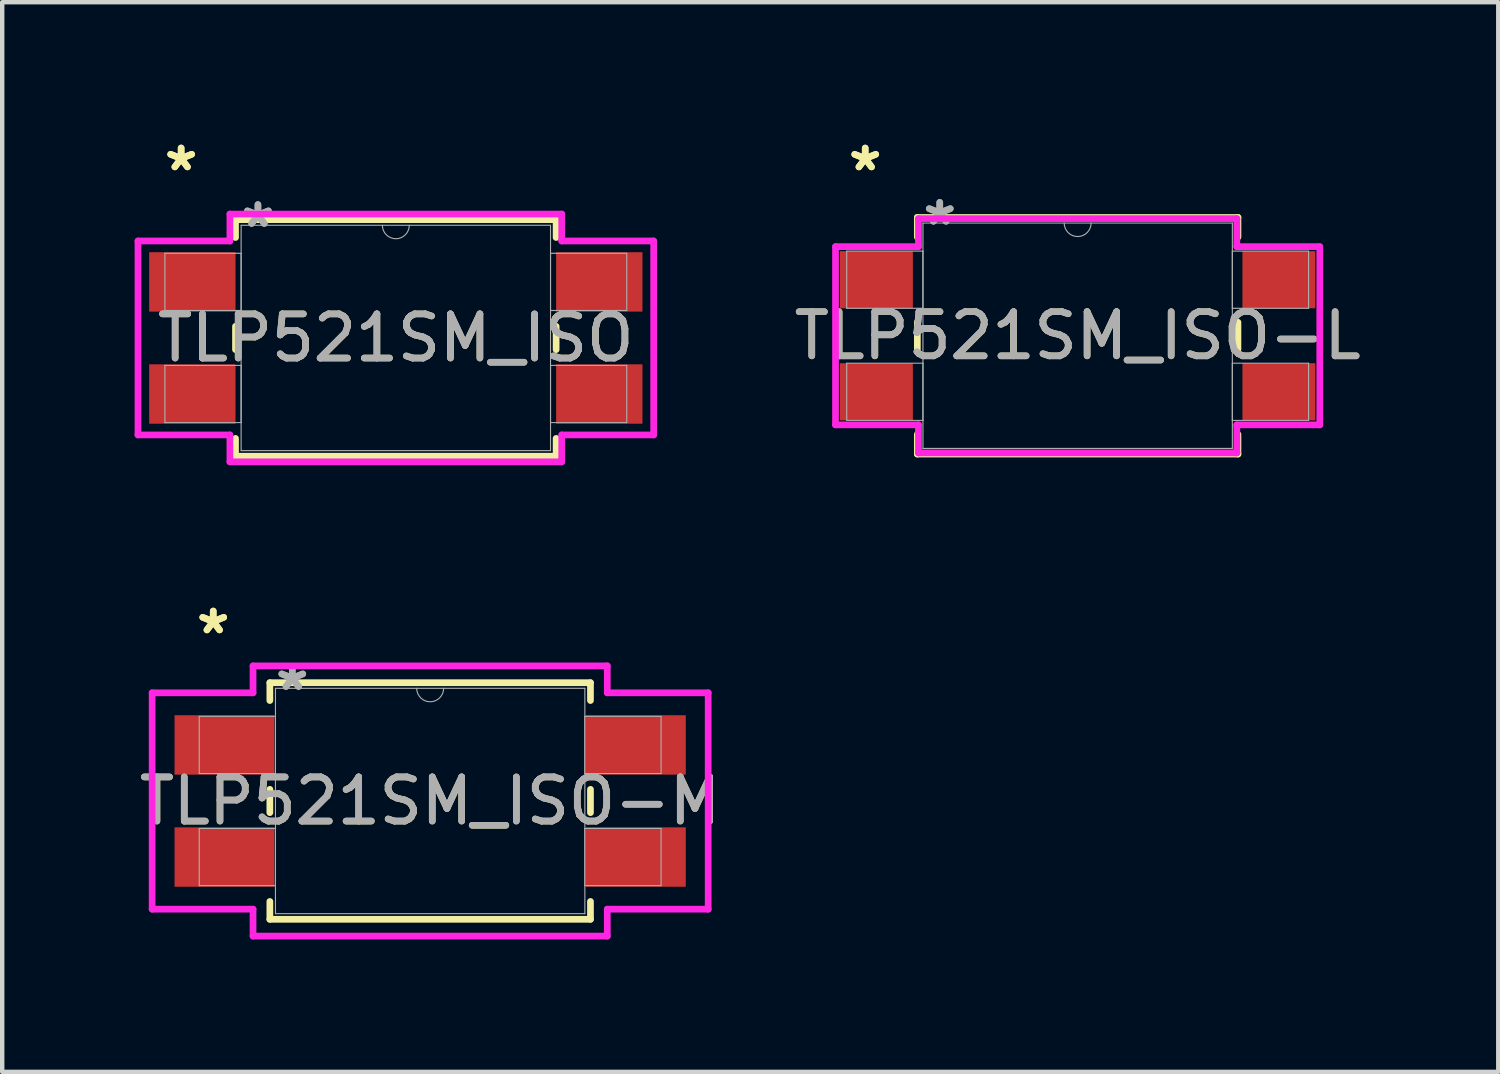
<source format=kicad_pcb>
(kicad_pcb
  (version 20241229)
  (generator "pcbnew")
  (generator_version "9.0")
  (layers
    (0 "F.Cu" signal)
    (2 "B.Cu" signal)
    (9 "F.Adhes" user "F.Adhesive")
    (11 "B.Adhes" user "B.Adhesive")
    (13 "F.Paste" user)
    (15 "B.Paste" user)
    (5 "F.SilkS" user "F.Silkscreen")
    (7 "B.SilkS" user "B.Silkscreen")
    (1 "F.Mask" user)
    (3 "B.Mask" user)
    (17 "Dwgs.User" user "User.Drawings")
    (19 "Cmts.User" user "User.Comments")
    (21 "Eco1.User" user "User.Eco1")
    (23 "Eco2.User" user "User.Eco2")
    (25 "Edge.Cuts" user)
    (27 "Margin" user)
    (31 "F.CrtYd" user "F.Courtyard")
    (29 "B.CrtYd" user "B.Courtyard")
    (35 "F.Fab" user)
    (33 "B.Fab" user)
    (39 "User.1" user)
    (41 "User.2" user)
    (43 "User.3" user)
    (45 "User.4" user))
  (footprint "TLP521SM_ISO-L"
    (layer "F.Cu")
    (at 21.366 4.557)
    (property "Reference" "TLP521SM_ISO-L" (at 0 0 0) (unlocked yes) (layer "F.SilkS") (effects (font (size 1 1) (thickness 0.15))))
    (attr smd)
    (fp_line (start -3.632 -2.68) (end -3.632 -2.235) (stroke (width 0.152) (type solid)) (layer "F.SilkS"))
    (fp_line (start -3.632 -0.305) (end -3.632 0.305) (stroke (width 0.152) (type solid)) (layer "F.SilkS"))
    (fp_line (start -3.632 2.235) (end -3.632 2.68) (stroke (width 0.152) (type solid)) (layer "F.SilkS"))
    (fp_line (start -3.632 2.68) (end 3.632 2.68) (stroke (width 0.152) (type solid)) (layer "F.SilkS"))
    (fp_line (start 3.632 -2.68) (end -3.632 -2.68) (stroke (width 0.152) (type solid)) (layer "F.SilkS"))
    (fp_line (start 3.632 -2.235) (end 3.632 -2.68) (stroke (width 0.152) (type solid)) (layer "F.SilkS"))
    (fp_line (start 3.632 0.305) (end 3.632 -0.305) (stroke (width 0.152) (type solid)) (layer "F.SilkS"))
    (fp_line (start 3.632 2.68) (end 3.632 2.235) (stroke (width 0.152) (type solid)) (layer "F.SilkS"))
    (fp_line (start -5.486 -2.019) (end -3.607 -2.019) (stroke (width 0.152) (type solid)) (layer "F.CrtYd"))
    (fp_line (start -5.486 2.019) (end -5.486 -2.019) (stroke (width 0.152) (type solid)) (layer "F.CrtYd"))
    (fp_line (start -5.486 2.019) (end -3.607 2.019) (stroke (width 0.152) (type solid)) (layer "F.CrtYd"))
    (fp_line (start -3.607 -2.654) (end 3.607 -2.654) (stroke (width 0.152) (type solid)) (layer "F.CrtYd"))
    (fp_line (start -3.607 -2.019) (end -3.607 -2.654) (stroke (width 0.152) (type solid)) (layer "F.CrtYd"))
    (fp_line (start -3.607 2.654) (end -3.607 2.019) (stroke (width 0.152) (type solid)) (layer "F.CrtYd"))
    (fp_line (start 3.607 -2.654) (end 3.607 -2.019) (stroke (width 0.152) (type solid)) (layer "F.CrtYd"))
    (fp_line (start 3.607 2.019) (end 3.607 2.654) (stroke (width 0.152) (type solid)) (layer "F.CrtYd"))
    (fp_line (start 3.607 2.654) (end -3.607 2.654) (stroke (width 0.152) (type solid)) (layer "F.CrtYd"))
    (fp_line (start 5.486 -2.019) (end 3.607 -2.019) (stroke (width 0.152) (type solid)) (layer "F.CrtYd"))
    (fp_line (start 5.486 -2.019) (end 5.486 2.019) (stroke (width 0.152) (type solid)) (layer "F.CrtYd"))
    (fp_line (start 5.486 2.019) (end 3.607 2.019) (stroke (width 0.152) (type solid)) (layer "F.CrtYd"))
    (fp_line (start -5.232 -1.918) (end -5.232 -0.622) (stroke (width 0.025) (type solid)) (layer "F.Fab"))
    (fp_line (start -5.232 -0.622) (end -3.505 -0.622) (stroke (width 0.025) (type solid)) (layer "F.Fab"))
    (fp_line (start -5.232 0.622) (end -5.232 1.918) (stroke (width 0.025) (type solid)) (layer "F.Fab"))
    (fp_line (start -5.232 1.918) (end -3.505 1.918) (stroke (width 0.025) (type solid)) (layer "F.Fab"))
    (fp_line (start -3.505 -2.553) (end -3.505 2.553) (stroke (width 0.025) (type solid)) (layer "F.Fab"))
    (fp_line (start -3.505 -1.918) (end -5.232 -1.918) (stroke (width 0.025) (type solid)) (layer "F.Fab"))
    (fp_line (start -3.505 -0.622) (end -3.505 -1.918) (stroke (width 0.025) (type solid)) (layer "F.Fab"))
    (fp_line (start -3.505 0.622) (end -5.232 0.622) (stroke (width 0.025) (type solid)) (layer "F.Fab"))
    (fp_line (start -3.505 1.918) (end -3.505 0.622) (stroke (width 0.025) (type solid)) (layer "F.Fab"))
    (fp_line (start -3.505 2.553) (end 3.505 2.553) (stroke (width 0.025) (type solid)) (layer "F.Fab"))
    (fp_line (start 3.505 -2.553) (end -3.505 -2.553) (stroke (width 0.025) (type solid)) (layer "F.Fab"))
    (fp_line (start 3.505 -1.918) (end 3.505 -0.622) (stroke (width 0.025) (type solid)) (layer "F.Fab"))
    (fp_line (start 3.505 -0.622) (end 5.232 -0.622) (stroke (width 0.025) (type solid)) (layer "F.Fab"))
    (fp_line (start 3.505 0.622) (end 3.505 1.918) (stroke (width 0.025) (type solid)) (layer "F.Fab"))
    (fp_line (start 3.505 1.918) (end 5.232 1.918) (stroke (width 0.025) (type solid)) (layer "F.Fab"))
    (fp_line (start 3.505 2.553) (end 3.505 -2.553) (stroke (width 0.025) (type solid)) (layer "F.Fab"))
    (fp_line (start 5.232 -1.918) (end 3.505 -1.918) (stroke (width 0.025) (type solid)) (layer "F.Fab"))
    (fp_line (start 5.232 -0.622) (end 5.232 -1.918) (stroke (width 0.025) (type solid)) (layer "F.Fab"))
    (fp_line (start 5.232 0.622) (end 3.505 0.622) (stroke (width 0.025) (type solid)) (layer "F.Fab"))
    (fp_line (start 5.232 1.918) (end 5.232 0.622) (stroke (width 0.025) (type solid)) (layer "F.Fab"))
    (fp_arc (start 0.3048 -2.5527) (mid 0 -2.2479) (end -0.3048 -2.5527) (stroke (width 0.0254) (type solid)) (layer "F.Fab"))
    (fp_text user "*" (at -4.813 -3.708 0) (unlocked yes) (layer "F.SilkS") (effects (font (size 1 1) (thickness 0.15))))
    (fp_text user "*" (at -4.813 -3.708 0) (layer "F.SilkS") (effects (font (size 1 1) (thickness 0.15))))
    (fp_text user "${REFERENCE}" (at 0 0 0) (unlocked yes) (layer "F.Fab") (effects (font (size 1 1) (thickness 0.15))))
    (fp_text user "*" (at -3.124 -2.477 0) (unlocked yes) (layer "F.Fab") (effects (font (size 1 1) (thickness 0.15))))
    (fp_text user "*" (at -3.124 -2.477 0) (layer "F.Fab") (effects (font (size 1 1) (thickness 0.15))))
    (pad "1" smd rect (at -4.559 -1.27) (size 1.651 1.295) (layers "F.Cu" "F.Mask" "F.Paste"))
    (pad "2" smd rect (at -4.559 1.27) (size 1.651 1.295) (layers "F.Cu" "F.Mask" "F.Paste"))
    (pad "3" smd rect (at 4.559 1.27) (size 1.651 1.295) (layers "F.Cu" "F.Mask" "F.Paste"))
    (pad "4" smd rect (at 4.559 -1.27) (size 1.651 1.295) (layers "F.Cu" "F.Mask" "F.Paste")))
  (footprint "TLP521SM_ISO-M"
    (layer "F.Cu")
    (at 6.696 15.098)
    (property "Reference" "TLP521SM_ISO-M" (at 0 0 0) (unlocked yes) (layer "F.SilkS") (effects (font (size 1 1) (thickness 0.15))))
    (attr smd)
    (fp_line (start -3.632 -2.68) (end -3.632 -2.276) (stroke (width 0.152) (type solid)) (layer "F.SilkS"))
    (fp_line (start -3.632 -0.264) (end -3.632 0.264) (stroke (width 0.152) (type solid)) (layer "F.SilkS"))
    (fp_line (start -3.632 2.276) (end -3.632 2.68) (stroke (width 0.152) (type solid)) (layer "F.SilkS"))
    (fp_line (start -3.632 2.68) (end 3.632 2.68) (stroke (width 0.152) (type solid)) (layer "F.SilkS"))
    (fp_line (start 3.632 -2.68) (end -3.632 -2.68) (stroke (width 0.152) (type solid)) (layer "F.SilkS"))
    (fp_line (start 3.632 -2.276) (end 3.632 -2.68) (stroke (width 0.152) (type solid)) (layer "F.SilkS"))
    (fp_line (start 3.632 0.264) (end 3.632 -0.264) (stroke (width 0.152) (type solid)) (layer "F.SilkS"))
    (fp_line (start 3.632 2.68) (end 3.632 2.276) (stroke (width 0.152) (type solid)) (layer "F.SilkS"))
    (fp_line (start -6.299 -2.451) (end -4.013 -2.451) (stroke (width 0.152) (type solid)) (layer "F.CrtYd"))
    (fp_line (start -6.299 2.451) (end -6.299 -2.451) (stroke (width 0.152) (type solid)) (layer "F.CrtYd"))
    (fp_line (start -6.299 2.451) (end -4.013 2.451) (stroke (width 0.152) (type solid)) (layer "F.CrtYd"))
    (fp_line (start -4.013 -3.061) (end 4.013 -3.061) (stroke (width 0.152) (type solid)) (layer "F.CrtYd"))
    (fp_line (start -4.013 -2.451) (end -4.013 -3.061) (stroke (width 0.152) (type solid)) (layer "F.CrtYd"))
    (fp_line (start -4.013 3.061) (end -4.013 2.451) (stroke (width 0.152) (type solid)) (layer "F.CrtYd"))
    (fp_line (start 4.013 -3.061) (end 4.013 -2.451) (stroke (width 0.152) (type solid)) (layer "F.CrtYd"))
    (fp_line (start 4.013 2.451) (end 4.013 3.061) (stroke (width 0.152) (type solid)) (layer "F.CrtYd"))
    (fp_line (start 4.013 3.061) (end -4.013 3.061) (stroke (width 0.152) (type solid)) (layer "F.CrtYd"))
    (fp_line (start 6.299 -2.451) (end 4.013 -2.451) (stroke (width 0.152) (type solid)) (layer "F.CrtYd"))
    (fp_line (start 6.299 -2.451) (end 6.299 2.451) (stroke (width 0.152) (type solid)) (layer "F.CrtYd"))
    (fp_line (start 6.299 2.451) (end 4.013 2.451) (stroke (width 0.152) (type solid)) (layer "F.CrtYd"))
    (fp_line (start -5.232 -1.918) (end -5.232 -0.622) (stroke (width 0.025) (type solid)) (layer "F.Fab"))
    (fp_line (start -5.232 -0.622) (end -3.505 -0.622) (stroke (width 0.025) (type solid)) (layer "F.Fab"))
    (fp_line (start -5.232 0.622) (end -5.232 1.918) (stroke (width 0.025) (type solid)) (layer "F.Fab"))
    (fp_line (start -5.232 1.918) (end -3.505 1.918) (stroke (width 0.025) (type solid)) (layer "F.Fab"))
    (fp_line (start -3.505 -2.553) (end -3.505 2.553) (stroke (width 0.025) (type solid)) (layer "F.Fab"))
    (fp_line (start -3.505 -1.918) (end -5.232 -1.918) (stroke (width 0.025) (type solid)) (layer "F.Fab"))
    (fp_line (start -3.505 -0.622) (end -3.505 -1.918) (stroke (width 0.025) (type solid)) (layer "F.Fab"))
    (fp_line (start -3.505 0.622) (end -5.232 0.622) (stroke (width 0.025) (type solid)) (layer "F.Fab"))
    (fp_line (start -3.505 1.918) (end -3.505 0.622) (stroke (width 0.025) (type solid)) (layer "F.Fab"))
    (fp_line (start -3.505 2.553) (end 3.505 2.553) (stroke (width 0.025) (type solid)) (layer "F.Fab"))
    (fp_line (start 3.505 -2.553) (end -3.505 -2.553) (stroke (width 0.025) (type solid)) (layer "F.Fab"))
    (fp_line (start 3.505 -1.918) (end 3.505 -0.622) (stroke (width 0.025) (type solid)) (layer "F.Fab"))
    (fp_line (start 3.505 -0.622) (end 5.232 -0.622) (stroke (width 0.025) (type solid)) (layer "F.Fab"))
    (fp_line (start 3.505 0.622) (end 3.505 1.918) (stroke (width 0.025) (type solid)) (layer "F.Fab"))
    (fp_line (start 3.505 1.918) (end 5.232 1.918) (stroke (width 0.025) (type solid)) (layer "F.Fab"))
    (fp_line (start 3.505 2.553) (end 3.505 -2.553) (stroke (width 0.025) (type solid)) (layer "F.Fab"))
    (fp_line (start 5.232 -1.918) (end 3.505 -1.918) (stroke (width 0.025) (type solid)) (layer "F.Fab"))
    (fp_line (start 5.232 -0.622) (end 5.232 -1.918) (stroke (width 0.025) (type solid)) (layer "F.Fab"))
    (fp_line (start 5.232 0.622) (end 3.505 0.622) (stroke (width 0.025) (type solid)) (layer "F.Fab"))
    (fp_line (start 5.232 1.918) (end 5.232 0.622) (stroke (width 0.025) (type solid)) (layer "F.Fab"))
    (fp_arc (start 0.3048 -2.5527) (mid 0 -2.2479) (end -0.3048 -2.5527) (stroke (width 0.0254) (type solid)) (layer "F.Fab"))
    (fp_text user "*" (at -4.915 -3.759 0) (unlocked yes) (layer "F.SilkS") (effects (font (size 1 1) (thickness 0.15))))
    (fp_text user "*" (at -4.915 -3.759 0) (layer "F.SilkS") (effects (font (size 1 1) (thickness 0.15))))
    (fp_text user "*" (at -3.124 -2.477 0) (unlocked yes) (layer "F.Fab") (effects (font (size 1 1) (thickness 0.15))))
    (fp_text user "${REFERENCE}" (at 0 0 0) (unlocked yes) (layer "F.Fab") (effects (font (size 1 1) (thickness 0.15))))
    (fp_text user "*" (at -3.124 -2.477 0) (layer "F.Fab") (effects (font (size 1 1) (thickness 0.15))))
    (pad "1" smd rect (at -4.661 -1.27) (size 2.261 1.346) (layers "F.Cu" "F.Mask" "F.Paste"))
    (pad "2" smd rect (at -4.661 1.27) (size 2.261 1.346) (layers "F.Cu" "F.Mask" "F.Paste"))
    (pad "3" smd rect (at 4.661 1.27) (size 2.261 1.346) (layers "F.Cu" "F.Mask" "F.Paste"))
    (pad "4" smd rect (at 4.661 -1.27) (size 2.261 1.346) (layers "F.Cu" "F.Mask" "F.Paste")))
  (footprint "TLP521SM_ISO"
    (layer "F.Cu")
    (at 5.918 4.607)
    (property "Reference" "TLP521SM_ISO" (at 0 0 0) (unlocked yes) (layer "F.SilkS") (effects (font (size 1 1) (thickness 0.15))))
    (attr smd)
    (fp_line (start -3.632 -2.68) (end -3.632 -2.276) (stroke (width 0.152) (type solid)) (layer "F.SilkS"))
    (fp_line (start -3.632 -0.264) (end -3.632 0.264) (stroke (width 0.152) (type solid)) (layer "F.SilkS"))
    (fp_line (start -3.632 2.276) (end -3.632 2.68) (stroke (width 0.152) (type solid)) (layer "F.SilkS"))
    (fp_line (start -3.632 2.68) (end 3.632 2.68) (stroke (width 0.152) (type solid)) (layer "F.SilkS"))
    (fp_line (start 3.632 -2.68) (end -3.632 -2.68) (stroke (width 0.152) (type solid)) (layer "F.SilkS"))
    (fp_line (start 3.632 -2.276) (end 3.632 -2.68) (stroke (width 0.152) (type solid)) (layer "F.SilkS"))
    (fp_line (start 3.632 0.264) (end 3.632 -0.264) (stroke (width 0.152) (type solid)) (layer "F.SilkS"))
    (fp_line (start 3.632 2.68) (end 3.632 2.276) (stroke (width 0.152) (type solid)) (layer "F.SilkS"))
    (fp_line (start -5.842 -2.197) (end -3.759 -2.197) (stroke (width 0.152) (type solid)) (layer "F.CrtYd"))
    (fp_line (start -5.842 2.197) (end -5.842 -2.197) (stroke (width 0.152) (type solid)) (layer "F.CrtYd"))
    (fp_line (start -5.842 2.197) (end -3.759 2.197) (stroke (width 0.152) (type solid)) (layer "F.CrtYd"))
    (fp_line (start -3.759 -2.807) (end 3.759 -2.807) (stroke (width 0.152) (type solid)) (layer "F.CrtYd"))
    (fp_line (start -3.759 -2.197) (end -3.759 -2.807) (stroke (width 0.152) (type solid)) (layer "F.CrtYd"))
    (fp_line (start -3.759 2.807) (end -3.759 2.197) (stroke (width 0.152) (type solid)) (layer "F.CrtYd"))
    (fp_line (start 3.759 -2.807) (end 3.759 -2.197) (stroke (width 0.152) (type solid)) (layer "F.CrtYd"))
    (fp_line (start 3.759 2.197) (end 3.759 2.807) (stroke (width 0.152) (type solid)) (layer "F.CrtYd"))
    (fp_line (start 3.759 2.807) (end -3.759 2.807) (stroke (width 0.152) (type solid)) (layer "F.CrtYd"))
    (fp_line (start 5.842 -2.197) (end 3.759 -2.197) (stroke (width 0.152) (type solid)) (layer "F.CrtYd"))
    (fp_line (start 5.842 -2.197) (end 5.842 2.197) (stroke (width 0.152) (type solid)) (layer "F.CrtYd"))
    (fp_line (start 5.842 2.197) (end 3.759 2.197) (stroke (width 0.152) (type solid)) (layer "F.CrtYd"))
    (fp_line (start -5.232 -1.918) (end -5.232 -0.622) (stroke (width 0.025) (type solid)) (layer "F.Fab"))
    (fp_line (start -5.232 -0.622) (end -3.505 -0.622) (stroke (width 0.025) (type solid)) (layer "F.Fab"))
    (fp_line (start -5.232 0.622) (end -5.232 1.918) (stroke (width 0.025) (type solid)) (layer "F.Fab"))
    (fp_line (start -5.232 1.918) (end -3.505 1.918) (stroke (width 0.025) (type solid)) (layer "F.Fab"))
    (fp_line (start -3.505 -2.553) (end -3.505 2.553) (stroke (width 0.025) (type solid)) (layer "F.Fab"))
    (fp_line (start -3.505 -1.918) (end -5.232 -1.918) (stroke (width 0.025) (type solid)) (layer "F.Fab"))
    (fp_line (start -3.505 -0.622) (end -3.505 -1.918) (stroke (width 0.025) (type solid)) (layer "F.Fab"))
    (fp_line (start -3.505 0.622) (end -5.232 0.622) (stroke (width 0.025) (type solid)) (layer "F.Fab"))
    (fp_line (start -3.505 1.918) (end -3.505 0.622) (stroke (width 0.025) (type solid)) (layer "F.Fab"))
    (fp_line (start -3.505 2.553) (end 3.505 2.553) (stroke (width 0.025) (type solid)) (layer "F.Fab"))
    (fp_line (start 3.505 -2.553) (end -3.505 -2.553) (stroke (width 0.025) (type solid)) (layer "F.Fab"))
    (fp_line (start 3.505 -1.918) (end 3.505 -0.622) (stroke (width 0.025) (type solid)) (layer "F.Fab"))
    (fp_line (start 3.505 -0.622) (end 5.232 -0.622) (stroke (width 0.025) (type solid)) (layer "F.Fab"))
    (fp_line (start 3.505 0.622) (end 3.505 1.918) (stroke (width 0.025) (type solid)) (layer "F.Fab"))
    (fp_line (start 3.505 1.918) (end 5.232 1.918) (stroke (width 0.025) (type solid)) (layer "F.Fab"))
    (fp_line (start 3.505 2.553) (end 3.505 -2.553) (stroke (width 0.025) (type solid)) (layer "F.Fab"))
    (fp_line (start 5.232 -1.918) (end 3.505 -1.918) (stroke (width 0.025) (type solid)) (layer "F.Fab"))
    (fp_line (start 5.232 -0.622) (end 5.232 -1.918) (stroke (width 0.025) (type solid)) (layer "F.Fab"))
    (fp_line (start 5.232 0.622) (end 3.505 0.622) (stroke (width 0.025) (type solid)) (layer "F.Fab"))
    (fp_line (start 5.232 1.918) (end 5.232 0.622) (stroke (width 0.025) (type solid)) (layer "F.Fab"))
    (fp_arc (start 0.3048 -2.5527) (mid 0 -2.2479) (end -0.3048 -2.5527) (stroke (width 0.0254) (type solid)) (layer "F.Fab"))
    (fp_text user "*" (at -4.864 -3.759 0) (unlocked yes) (layer "F.SilkS") (effects (font (size 1 1) (thickness 0.15))))
    (fp_text user "*" (at -4.864 -3.759 0) (layer "F.SilkS") (effects (font (size 1 1) (thickness 0.15))))
    (fp_text user "*" (at -3.124 -2.477 0) (layer "F.Fab") (effects (font (size 1 1) (thickness 0.15))))
    (fp_text user "${REFERENCE}" (at 0 0 0) (unlocked yes) (layer "F.Fab") (effects (font (size 1 1) (thickness 0.15))))
    (fp_text user "*" (at -3.124 -2.477 0) (unlocked yes) (layer "F.Fab") (effects (font (size 1 1) (thickness 0.15))))
    (pad "1" smd rect (at -4.61 -1.27) (size 1.956 1.346) (layers "F.Cu" "F.Mask" "F.Paste"))
    (pad "2" smd rect (at -4.61 1.27) (size 1.956 1.346) (layers "F.Cu" "F.Mask" "F.Paste"))
    (pad "3" smd rect (at 4.61 1.27) (size 1.956 1.346) (layers "F.Cu" "F.Mask" "F.Paste"))
    (pad "4" smd rect (at 4.61 -1.27) (size 1.956 1.346) (layers "F.Cu" "F.Mask" "F.Paste")))
  (gr_rect
    (start -3 -3)
    (end 30.896 21.235)
    (stroke (width 0.1) (type default))
    (fill no)
    (layer "Edge.Cuts")))
</source>
